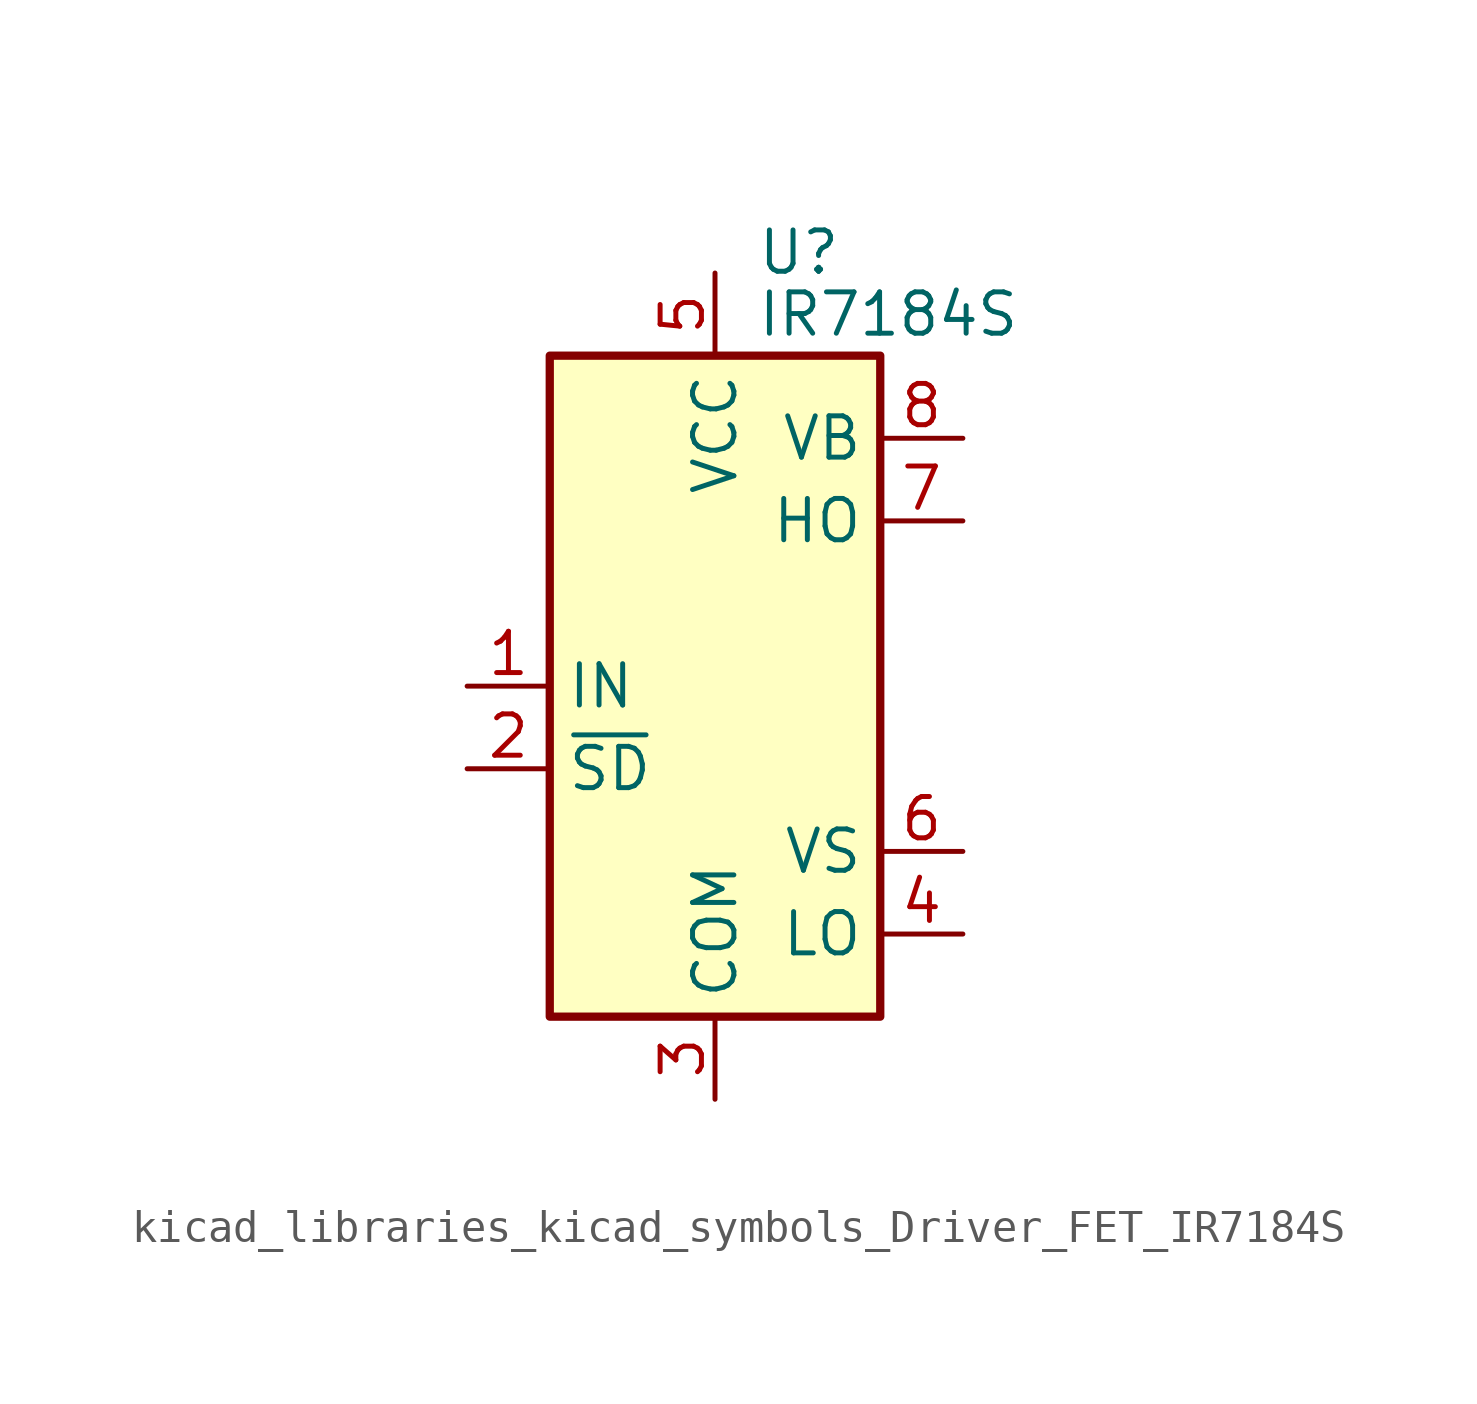
<source format=kicad_sym>
(kicad_symbol_lib
  (version 20220914)
  (generator kicad_symbol_editor)
  (symbol "kicad_libraries_kicad_symbols_Driver_FET_IR7184S"
    (property "Reference" "U"
      (at 1.27 13.335 0)
      (effects (font (size 1.27 1.27)) (justify left)))
    (property "Value" "IR7184S"
      (at 1.27 11.43 0)
      (effects (font (size 1.27 1.27)) (justify left)))
    (symbol "kicad_libraries_kicad_symbols_Driver_FET_IR7184S_0_1"
      (rectangle (start -5.08 -10.16) (end 5.08 10.16) (stroke (width 0.254) (type default)) (fill (type background))))
    (symbol "kicad_libraries_kicad_symbols_Driver_FET_IR7184S_1_1"
      (pin input line (at -7.62 0 0) (length 2.54) (name "IN" (effects (font (size 1.27 1.27)))) (number "1" (effects (font (size 1.27 1.27)))))
      (pin input line (at -7.62 -2.54 0) (length 2.54) (name "~{SD}" (effects (font (size 1.27 1.27)))) (number "2" (effects (font (size 1.27 1.27)))))
      (pin power_in line (at 0 -12.7 90) (length 2.54) (name "COM" (effects (font (size 1.27 1.27)))) (number "3" (effects (font (size 1.27 1.27)))))
      (pin output line (at 7.62 -7.62 180) (length 2.54) (name "LO" (effects (font (size 1.27 1.27)))) (number "4" (effects (font (size 1.27 1.27)))))
      (pin power_in line (at 0 12.7 270) (length 2.54) (name "VCC" (effects (font (size 1.27 1.27)))) (number "5" (effects (font (size 1.27 1.27)))))
      (pin passive line (at 7.62 -5.08 180) (length 2.54) (name "VS" (effects (font (size 1.27 1.27)))) (number "6" (effects (font (size 1.27 1.27)))))
      (pin output line (at 7.62 5.08 180) (length 2.54) (name "HO" (effects (font (size 1.27 1.27)))) (number "7" (effects (font (size 1.27 1.27)))))
      (pin passive line (at 7.62 7.62 180) (length 2.54) (name "VB" (effects (font (size 1.27 1.27)))) (number "8" (effects (font (size 1.27 1.27))))))))
</source>
